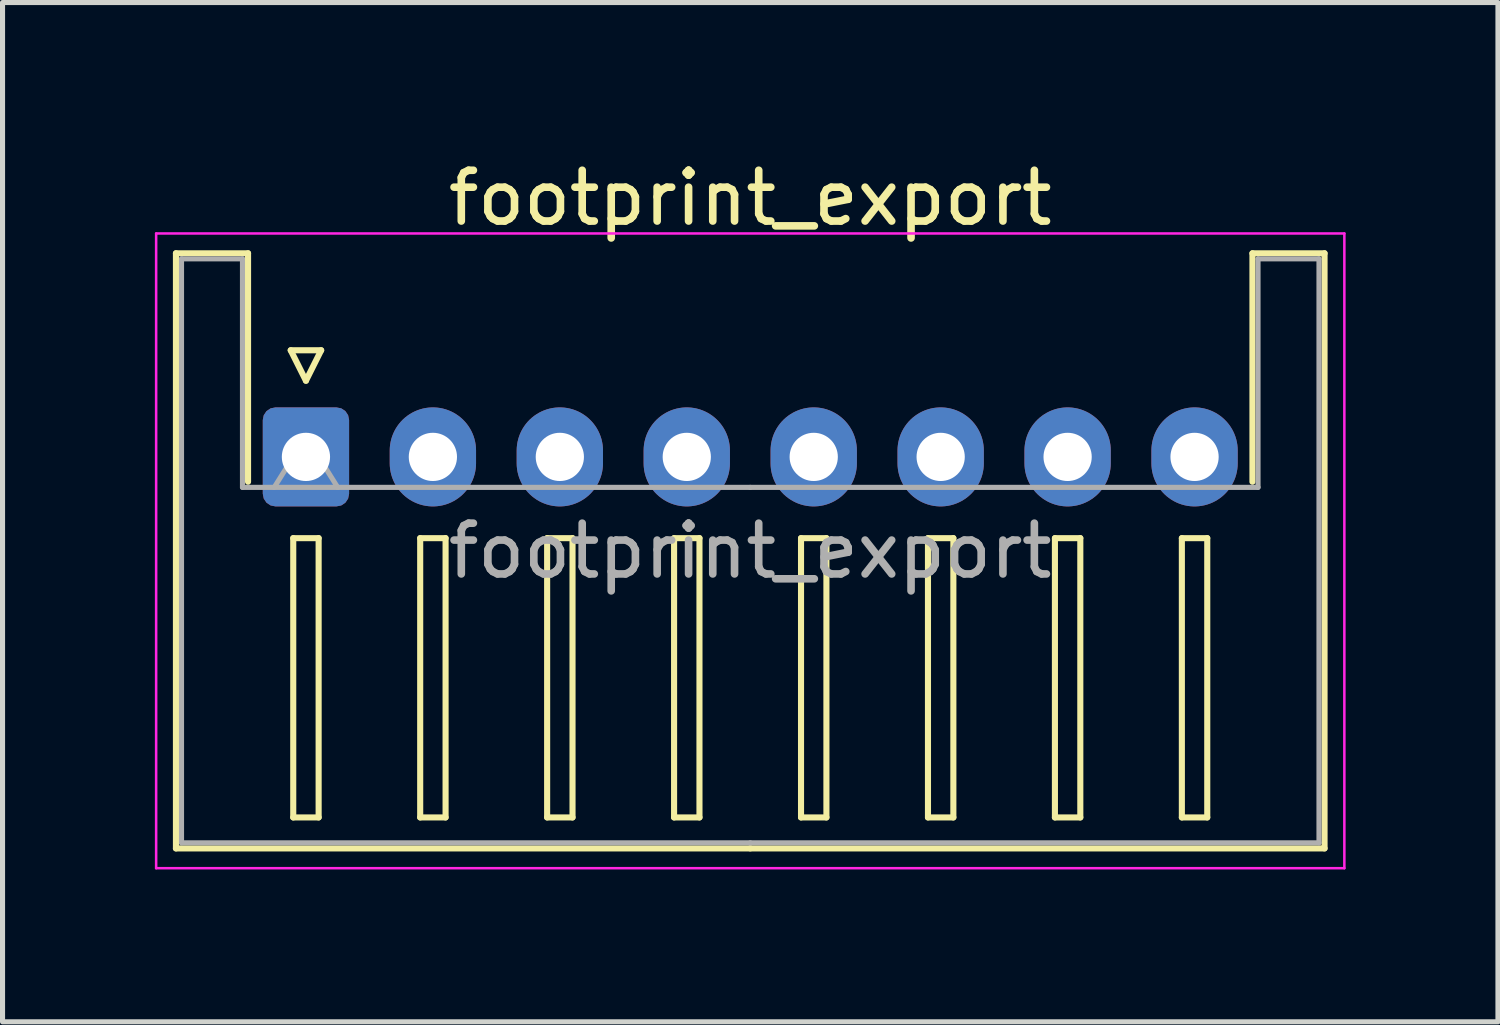
<source format=kicad_pcb>
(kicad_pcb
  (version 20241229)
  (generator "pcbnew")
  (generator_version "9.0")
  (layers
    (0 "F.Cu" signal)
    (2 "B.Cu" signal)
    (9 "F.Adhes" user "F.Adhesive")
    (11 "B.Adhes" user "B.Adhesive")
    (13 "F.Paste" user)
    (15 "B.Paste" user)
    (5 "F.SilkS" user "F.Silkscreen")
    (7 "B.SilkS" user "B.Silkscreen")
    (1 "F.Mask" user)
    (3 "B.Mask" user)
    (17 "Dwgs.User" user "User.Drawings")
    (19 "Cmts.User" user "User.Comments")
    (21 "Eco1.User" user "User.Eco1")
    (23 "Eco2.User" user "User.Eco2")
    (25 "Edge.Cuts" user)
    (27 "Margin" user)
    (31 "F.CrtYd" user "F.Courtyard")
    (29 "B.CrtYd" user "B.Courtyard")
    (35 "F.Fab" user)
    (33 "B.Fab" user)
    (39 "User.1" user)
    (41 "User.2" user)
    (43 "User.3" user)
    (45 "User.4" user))
  (footprint "footprint_export"
    (layer "F.Cu")
    (at 2.975 5.948)
    (property "Reference" "footprint_export" (at 8.75 -5.1 0) (layer "F.SilkS") (effects (font (size 1 1) (thickness 0.15))))
    (attr through_hole)
    (fp_line (start -2.56 -4.01) (end -1.14 -4.01) (stroke (width 0.12) (type solid)) (layer "F.SilkS"))
    (fp_line (start -2.56 7.71) (end -2.56 -4.01) (stroke (width 0.12) (type solid)) (layer "F.SilkS"))
    (fp_line (start -1.14 -4.01) (end -1.14 0.49) (stroke (width 0.12) (type solid)) (layer "F.SilkS"))
    (fp_line (start -0.3 -2.1) (end 0.3 -2.1) (stroke (width 0.12) (type solid)) (layer "F.SilkS"))
    (fp_line (start -0.25 1.6) (end -0.25 7.1) (stroke (width 0.12) (type solid)) (layer "F.SilkS"))
    (fp_line (start -0.25 7.1) (end 0.25 7.1) (stroke (width 0.12) (type solid)) (layer "F.SilkS"))
    (fp_line (start 0 -1.5) (end -0.3 -2.1) (stroke (width 0.12) (type solid)) (layer "F.SilkS"))
    (fp_line (start 0.25 1.6) (end -0.25 1.6) (stroke (width 0.12) (type solid)) (layer "F.SilkS"))
    (fp_line (start 0.25 7.1) (end 0.25 1.6) (stroke (width 0.12) (type solid)) (layer "F.SilkS"))
    (fp_line (start 0.3 -2.1) (end 0 -1.5) (stroke (width 0.12) (type solid)) (layer "F.SilkS"))
    (fp_line (start 2.25 1.6) (end 2.25 7.1) (stroke (width 0.12) (type solid)) (layer "F.SilkS"))
    (fp_line (start 2.25 7.1) (end 2.75 7.1) (stroke (width 0.12) (type solid)) (layer "F.SilkS"))
    (fp_line (start 2.75 1.6) (end 2.25 1.6) (stroke (width 0.12) (type solid)) (layer "F.SilkS"))
    (fp_line (start 2.75 7.1) (end 2.75 1.6) (stroke (width 0.12) (type solid)) (layer "F.SilkS"))
    (fp_line (start 4.75 1.6) (end 4.75 7.1) (stroke (width 0.12) (type solid)) (layer "F.SilkS"))
    (fp_line (start 4.75 7.1) (end 5.25 7.1) (stroke (width 0.12) (type solid)) (layer "F.SilkS"))
    (fp_line (start 5.25 1.6) (end 4.75 1.6) (stroke (width 0.12) (type solid)) (layer "F.SilkS"))
    (fp_line (start 5.25 7.1) (end 5.25 1.6) (stroke (width 0.12) (type solid)) (layer "F.SilkS"))
    (fp_line (start 7.25 1.6) (end 7.25 7.1) (stroke (width 0.12) (type solid)) (layer "F.SilkS"))
    (fp_line (start 7.25 7.1) (end 7.75 7.1) (stroke (width 0.12) (type solid)) (layer "F.SilkS"))
    (fp_line (start 7.75 1.6) (end 7.25 1.6) (stroke (width 0.12) (type solid)) (layer "F.SilkS"))
    (fp_line (start 7.75 7.1) (end 7.75 1.6) (stroke (width 0.12) (type solid)) (layer "F.SilkS"))
    (fp_line (start 8.75 7.71) (end -2.56 7.71) (stroke (width 0.12) (type solid)) (layer "F.SilkS"))
    (fp_line (start 8.75 7.71) (end 20.06 7.71) (stroke (width 0.12) (type solid)) (layer "F.SilkS"))
    (fp_line (start 9.75 1.6) (end 9.75 7.1) (stroke (width 0.12) (type solid)) (layer "F.SilkS"))
    (fp_line (start 9.75 7.1) (end 10.25 7.1) (stroke (width 0.12) (type solid)) (layer "F.SilkS"))
    (fp_line (start 10.25 1.6) (end 9.75 1.6) (stroke (width 0.12) (type solid)) (layer "F.SilkS"))
    (fp_line (start 10.25 7.1) (end 10.25 1.6) (stroke (width 0.12) (type solid)) (layer "F.SilkS"))
    (fp_line (start 12.25 1.6) (end 12.25 7.1) (stroke (width 0.12) (type solid)) (layer "F.SilkS"))
    (fp_line (start 12.25 7.1) (end 12.75 7.1) (stroke (width 0.12) (type solid)) (layer "F.SilkS"))
    (fp_line (start 12.75 1.6) (end 12.25 1.6) (stroke (width 0.12) (type solid)) (layer "F.SilkS"))
    (fp_line (start 12.75 7.1) (end 12.75 1.6) (stroke (width 0.12) (type solid)) (layer "F.SilkS"))
    (fp_line (start 14.75 1.6) (end 14.75 7.1) (stroke (width 0.12) (type solid)) (layer "F.SilkS"))
    (fp_line (start 14.75 7.1) (end 15.25 7.1) (stroke (width 0.12) (type solid)) (layer "F.SilkS"))
    (fp_line (start 15.25 1.6) (end 14.75 1.6) (stroke (width 0.12) (type solid)) (layer "F.SilkS"))
    (fp_line (start 15.25 7.1) (end 15.25 1.6) (stroke (width 0.12) (type solid)) (layer "F.SilkS"))
    (fp_line (start 17.25 1.6) (end 17.25 7.1) (stroke (width 0.12) (type solid)) (layer "F.SilkS"))
    (fp_line (start 17.25 7.1) (end 17.75 7.1) (stroke (width 0.12) (type solid)) (layer "F.SilkS"))
    (fp_line (start 17.75 1.6) (end 17.25 1.6) (stroke (width 0.12) (type solid)) (layer "F.SilkS"))
    (fp_line (start 17.75 7.1) (end 17.75 1.6) (stroke (width 0.12) (type solid)) (layer "F.SilkS"))
    (fp_line (start 18.64 -4.01) (end 18.64 0.49) (stroke (width 0.12) (type solid)) (layer "F.SilkS"))
    (fp_line (start 20.06 -4.01) (end 18.64 -4.01) (stroke (width 0.12) (type solid)) (layer "F.SilkS"))
    (fp_line (start 20.06 7.71) (end 20.06 -4.01) (stroke (width 0.12) (type solid)) (layer "F.SilkS"))
    (fp_line (start -2.95 -4.4) (end -2.95 8.1) (stroke (width 0.05) (type solid)) (layer "F.CrtYd"))
    (fp_line (start -2.95 8.1) (end 20.45 8.1) (stroke (width 0.05) (type solid)) (layer "F.CrtYd"))
    (fp_line (start 20.45 -4.4) (end -2.95 -4.4) (stroke (width 0.05) (type solid)) (layer "F.CrtYd"))
    (fp_line (start 20.45 8.1) (end 20.45 -4.4) (stroke (width 0.05) (type solid)) (layer "F.CrtYd"))
    (fp_line (start -2.45 -3.9) (end -1.25 -3.9) (stroke (width 0.1) (type solid)) (layer "F.Fab"))
    (fp_line (start -2.45 7.6) (end -2.45 -3.9) (stroke (width 0.1) (type solid)) (layer "F.Fab"))
    (fp_line (start -1.25 -3.9) (end -1.25 0.6) (stroke (width 0.1) (type solid)) (layer "F.Fab"))
    (fp_line (start -1.25 0.6) (end 8.75 0.6) (stroke (width 0.1) (type solid)) (layer "F.Fab"))
    (fp_line (start -0.625 0.6) (end 0 -0.4) (stroke (width 0.1) (type solid)) (layer "F.Fab"))
    (fp_line (start 0 -0.4) (end 0.625 0.6) (stroke (width 0.1) (type solid)) (layer "F.Fab"))
    (fp_line (start 8.75 7.6) (end -2.45 7.6) (stroke (width 0.1) (type solid)) (layer "F.Fab"))
    (fp_line (start 8.75 7.6) (end 19.95 7.6) (stroke (width 0.1) (type solid)) (layer "F.Fab"))
    (fp_line (start 18.75 -3.9) (end 18.75 0.6) (stroke (width 0.1) (type solid)) (layer "F.Fab"))
    (fp_line (start 18.75 0.6) (end 8.75 0.6) (stroke (width 0.1) (type solid)) (layer "F.Fab"))
    (fp_line (start 19.95 -3.9) (end 18.75 -3.9) (stroke (width 0.1) (type solid)) (layer "F.Fab"))
    (fp_line (start 19.95 7.6) (end 19.95 -3.9) (stroke (width 0.1) (type solid)) (layer "F.Fab"))
    (fp_text user "${REFERENCE}" (at 8.75 1.85 0) (layer "F.Fab") (effects (font (size 1 1) (thickness 0.15))))
    (pad "1" thru_hole roundrect (at 0 0) (size 1.7 1.95) (drill 0.95) (layers "*.Cu" "*.Mask") (roundrect_rratio 0.147))
    (pad "2" thru_hole oval (at 2.5 0) (size 1.7 1.95) (drill 0.95) (layers "*.Cu" "*.Mask"))
    (pad "3" thru_hole oval (at 5 0) (size 1.7 1.95) (drill 0.95) (layers "*.Cu" "*.Mask"))
    (pad "4" thru_hole oval (at 7.5 0) (size 1.7 1.95) (drill 0.95) (layers "*.Cu" "*.Mask"))
    (pad "5" thru_hole oval (at 10 0) (size 1.7 1.95) (drill 0.95) (layers "*.Cu" "*.Mask"))
    (pad "6" thru_hole oval (at 12.5 0) (size 1.7 1.95) (drill 0.95) (layers "*.Cu" "*.Mask"))
    (pad "7" thru_hole oval (at 15 0) (size 1.7 1.95) (drill 0.95) (layers "*.Cu" "*.Mask"))
    (pad "8" thru_hole oval (at 17.5 0) (size 1.7 1.95) (drill 0.95) (layers "*.Cu" "*.Mask")))
  (gr_rect
    (start -3 -3)
    (end 26.45 17.073)
    (stroke (width 0.1) (type default))
    (fill no)
    (layer "Edge.Cuts")))
</source>
